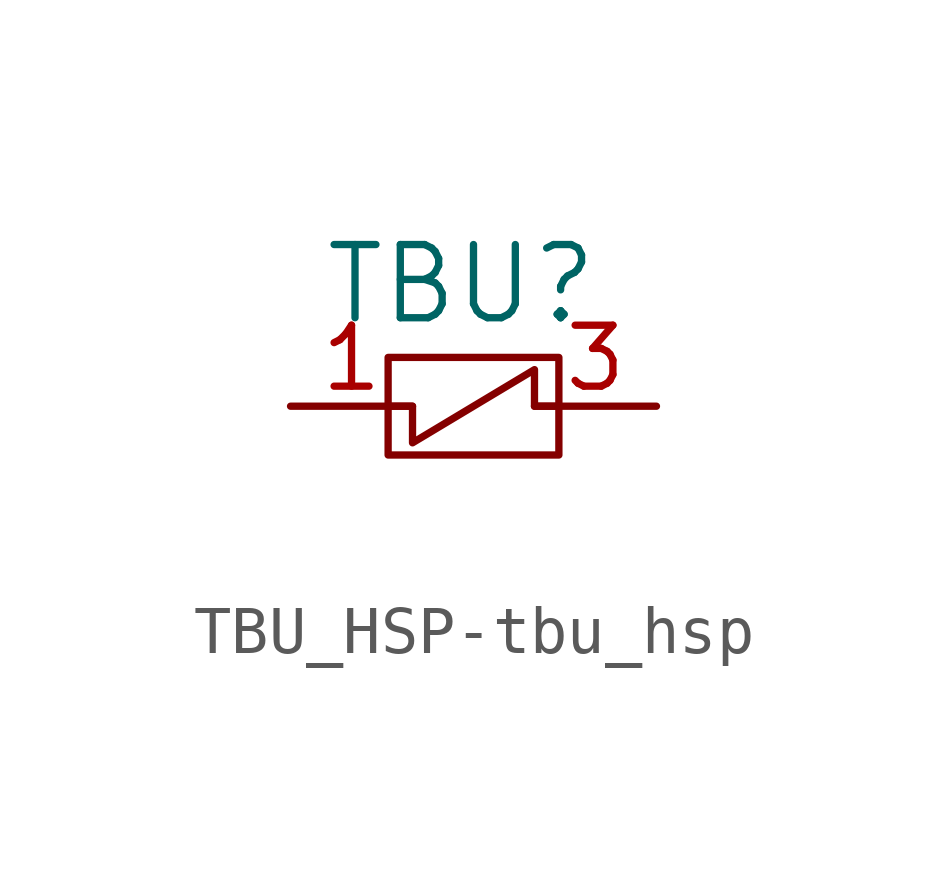
<source format=kicad_sym>
(kicad_symbol_lib
  (version 20220914)
  (generator kicad_symbol_editor)
  (symbol "TBU_HSP-tbu_hsp"
    (pin_names
      (offset 1.016))
    (property "Reference" "TBU"
      (at -0.254 2.54 0)
      (effects (font (size 1.524 1.524))))
    (symbol "TBU_HSP-tbu_hsp_0_1"
      (rectangle (start -1.778 1.016) (end 1.778 -1.016) (stroke (width 0) (type solid)) (fill (type none)))
      (polyline (pts (xy -1.778 0) (xy -1.27 0) (xy -1.27 -0.762) (xy 1.27 0.762) (xy 1.27 0) (xy 1.778 0)) (stroke (width 0) (type solid)) (fill (type none))))
    (symbol "TBU_HSP-tbu_hsp_1_1"
      (pin bidirectional line (at -3.81 0 0) (length 2.54) (name "~" (effects (font (size 1.27 1.27)))) (number "1" (effects (font (size 1.27 1.27)))))
      (pin no_connect line (at 0 -3.175 90) (length 2.54) hide (name "~" (effects (font (size 1.27 1.27)))) (number "2" (effects (font (size 1.27 1.27)))))
      (pin bidirectional line (at 3.81 0 180) (length 2.54) (name "~" (effects (font (size 1.27 1.27)))) (number "3" (effects (font (size 1.27 1.27))))))))
</source>
